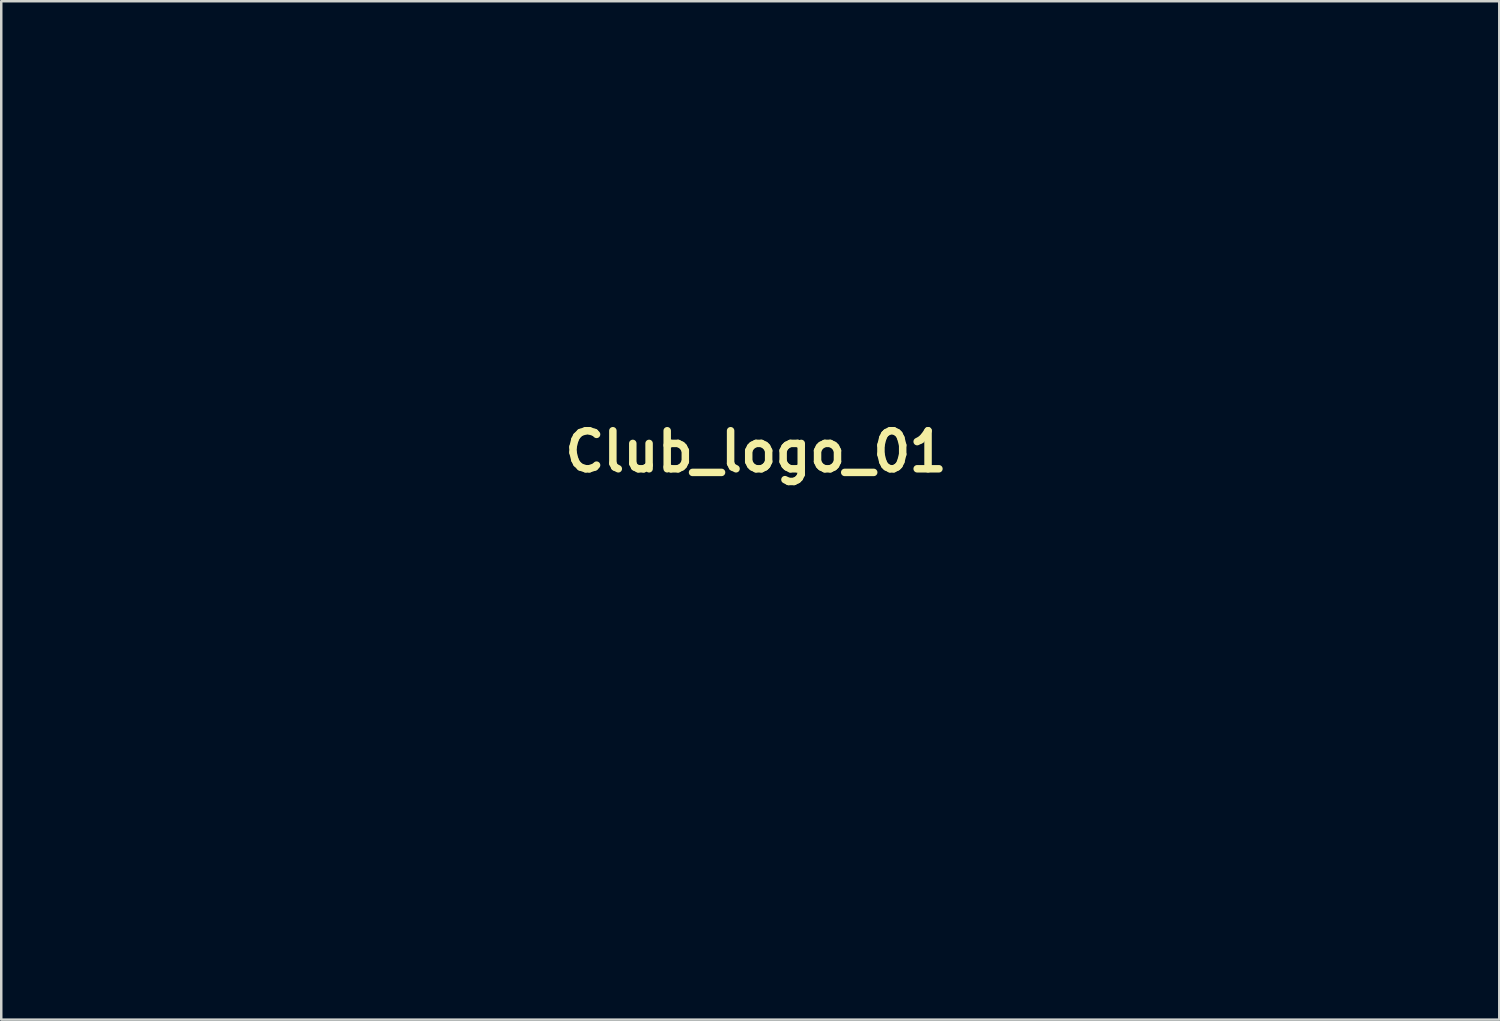
<source format=kicad_pcb>
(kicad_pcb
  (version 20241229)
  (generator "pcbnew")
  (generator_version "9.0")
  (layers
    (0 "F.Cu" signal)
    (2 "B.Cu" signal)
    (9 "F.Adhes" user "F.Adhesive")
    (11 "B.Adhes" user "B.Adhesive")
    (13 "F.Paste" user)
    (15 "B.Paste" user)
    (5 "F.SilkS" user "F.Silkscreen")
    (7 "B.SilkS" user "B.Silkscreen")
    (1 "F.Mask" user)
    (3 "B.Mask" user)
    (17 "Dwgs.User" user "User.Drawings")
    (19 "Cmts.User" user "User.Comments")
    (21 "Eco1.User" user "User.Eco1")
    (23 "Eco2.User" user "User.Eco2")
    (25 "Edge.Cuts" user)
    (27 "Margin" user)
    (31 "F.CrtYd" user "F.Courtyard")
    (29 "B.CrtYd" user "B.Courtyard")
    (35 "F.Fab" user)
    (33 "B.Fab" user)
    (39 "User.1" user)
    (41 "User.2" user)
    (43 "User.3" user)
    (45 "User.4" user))
  (footprint "Club_logo_01"
    (layer "F.Cu")
    (at 27.237 15.042)
    (property "Reference" "Club_logo_01" (at 0 0 0) (layer "F.SilkS") (effects (font (size 1.524 1.524) (thickness 0.3))))
    (attr through_hole)
    (fp_poly (pts (xy 14.454 -8.696) (xy 14.452 -7.763) (xy 10.177 -4.505) (xy 9.595 -4.062) (xy 9.035 -3.636) (xy 8.503 -3.231) (xy 8.005 -2.853) (xy 7.545 -2.504) (xy 7.128 -2.188) (xy 6.761 -1.911) (xy 6.449 -1.675) (xy 6.196 -1.485) (xy 6.009 -1.345) (xy 5.892 -1.258) (xy 5.852 -1.23) (xy 5.834 -1.273) (xy 5.819 -1.409) (xy 5.809 -1.631) (xy 5.804 -1.93) (xy 5.803 -2.125) (xy 5.803 -3.036) (xy 9.934 -6.188) (xy 10.509 -6.627) (xy 11.065 -7.051) (xy 11.595 -7.455) (xy 12.093 -7.835) (xy 12.554 -8.187) (xy 12.973 -8.506) (xy 13.343 -8.788) (xy 13.658 -9.028) (xy 13.914 -9.223) (xy 14.104 -9.367) (xy 14.223 -9.457) (xy 14.26 -9.485) (xy 14.456 -9.629) (xy 14.454 -8.696)) (stroke (width 0.01) (type solid)) (fill yes) (layer "F.Mask"))
    (fp_poly (pts (xy -1.68 7.533) (xy -5.472 7.533) (xy -6.083 7.534) (xy -6.664 7.535) (xy -7.206 7.538) (xy -7.702 7.541) (xy -8.144 7.545) (xy -8.524 7.549) (xy -8.834 7.554) (xy -9.065 7.559) (xy -9.212 7.565) (xy -9.264 7.571) (xy -9.264 7.572) (xy -9.237 7.621) (xy -9.159 7.746) (xy -9.038 7.935) (xy -8.879 8.179) (xy -8.69 8.468) (xy -8.476 8.792) (xy -8.281 9.086) (xy -7.298 10.562) (xy -2.291 10.589) (xy -2.291 13.691) (xy -5.246 13.718) (xy -3.787 15.932) (xy -3.484 16.391) (xy -3.182 16.85) (xy -2.887 17.298) (xy -2.607 17.723) (xy -2.351 18.111) (xy -2.127 18.452) (xy -1.943 18.733) (xy -1.806 18.941) (xy -1.802 18.948) (xy -1.276 19.75) (xy -12.98 19.75) (xy -12.98 16.696) (xy -9.926 16.696) (xy -8.475 16.696) (xy -8.103 16.695) (xy -7.766 16.691) (xy -7.478 16.685) (xy -7.25 16.678) (xy -7.097 16.669) (xy -7.029 16.66) (xy -7.027 16.658) (xy -7.055 16.608) (xy -7.133 16.483) (xy -7.253 16.293) (xy -7.411 16.049) (xy -7.599 15.76) (xy -7.81 15.436) (xy -7.986 15.169) (xy -8.943 13.718) (xy -9.434 13.703) (xy -9.926 13.689) (xy -9.926 16.696) (xy -12.98 16.696) (xy -12.98 10.588) (xy -12.007 10.588) (xy -11.658 10.586) (xy -11.4 10.582) (xy -11.222 10.573) (xy -11.114 10.56) (xy -11.064 10.541) (xy -11.06 10.523) (xy -11.093 10.466) (xy -11.175 10.335) (xy -11.3 10.14) (xy -11.462 9.891) (xy -11.652 9.598) (xy -11.866 9.272) (xy -12.032 9.019) (xy -12.98 7.579) (xy -12.98 4.479) (xy -1.68 4.479) (xy -1.68 7.533)) (stroke (width 0.01) (type solid)) (fill yes) (layer "F.Mask"))
    (fp_poly (pts (xy 11.809 7.533) (xy 7.992 7.533) (xy 7.378 7.534) (xy 6.795 7.535) (xy 6.251 7.536) (xy 5.752 7.538) (xy 5.308 7.541) (xy 4.926 7.544) (xy 4.614 7.547) (xy 4.379 7.551) (xy 4.23 7.555) (xy 4.174 7.559) (xy 4.174 7.559) (xy 4.201 7.606) (xy 4.279 7.728) (xy 4.4 7.914) (xy 4.559 8.157) (xy 4.749 8.445) (xy 4.964 8.769) (xy 5.175 9.086) (xy 6.176 10.588) (xy 11.198 10.588) (xy 11.198 13.691) (xy 9.704 13.705) (xy 8.21 13.718) (xy 10.141 16.645) (xy 10.466 17.138) (xy 10.775 17.607) (xy 11.064 18.046) (xy 11.328 18.447) (xy 11.561 18.803) (xy 11.761 19.107) (xy 11.921 19.352) (xy 12.037 19.531) (xy 12.105 19.636) (xy 12.12 19.661) (xy 12.124 19.674) (xy 12.116 19.687) (xy 12.09 19.697) (xy 12.042 19.707) (xy 11.965 19.715) (xy 11.855 19.722) (xy 11.706 19.728) (xy 11.513 19.734) (xy 11.27 19.738) (xy 10.972 19.741) (xy 10.613 19.744) (xy 10.188 19.746) (xy 9.691 19.748) (xy 9.118 19.749) (xy 8.463 19.749) (xy 7.72 19.75) (xy 6.884 19.75) (xy 6.314 19.75) (xy 0.458 19.75) (xy 0.458 16.696) (xy 3.563 16.696) (xy 6.465 16.696) (xy 6.172 16.245) (xy 6.058 16.07) (xy 5.901 15.829) (xy 5.713 15.541) (xy 5.506 15.225) (xy 5.294 14.9) (xy 5.192 14.744) (xy 4.505 13.694) (xy 4.034 13.693) (xy 3.563 13.693) (xy 3.563 16.696) (xy 0.458 16.696) (xy 0.458 10.59) (xy 1.449 10.576) (xy 2.44 10.562) (xy 1.451 9.061) (xy 0.462 7.559) (xy 0.46 6.019) (xy 0.458 4.479) (xy 11.809 4.479) (xy 11.809 7.533)) (stroke (width 0.01) (type solid)) (fill yes) (layer "F.Mask"))
    (fp_poly (pts (xy 12.532 -4.157) (xy 12.984 -4.092) (xy 13.384 -3.959) (xy 13.752 -3.752) (xy 14.103 -3.465) (xy 14.181 -3.389) (xy 14.449 -3.088) (xy 14.66 -2.767) (xy 14.83 -2.4) (xy 14.973 -1.959) (xy 14.975 -1.949) (xy 15.027 -1.691) (xy 15.064 -1.357) (xy 15.088 -0.973) (xy 15.097 -0.564) (xy 15.092 -0.154) (xy 15.073 0.23) (xy 15.038 0.564) (xy 14.999 0.778) (xy 14.84 1.282) (xy 14.612 1.747) (xy 14.326 2.157) (xy 13.992 2.495) (xy 13.774 2.656) (xy 13.365 2.865) (xy 12.898 3.008) (xy 12.395 3.081) (xy 11.878 3.08) (xy 11.51 3.031) (xy 11.015 2.888) (xy 10.572 2.659) (xy 10.184 2.348) (xy 9.855 1.96) (xy 9.59 1.498) (xy 9.392 0.968) (xy 9.332 0.738) (xy 9.29 0.481) (xy 9.26 0.15) (xy 9.242 -0.227) (xy 9.24 -0.394) (xy 11.028 -0.394) (xy 11.046 -0.007) (xy 11.086 0.34) (xy 11.14 0.587) (xy 11.281 0.936) (xy 11.474 1.208) (xy 11.715 1.396) (xy 11.843 1.453) (xy 12.042 1.51) (xy 12.213 1.518) (xy 12.413 1.479) (xy 12.436 1.472) (xy 12.678 1.358) (xy 12.897 1.165) (xy 13.069 0.92) (xy 13.128 0.79) (xy 13.22 0.467) (xy 13.286 0.078) (xy 13.321 -0.343) (xy 13.321 -0.763) (xy 13.316 -0.866) (xy 13.257 -1.375) (xy 13.156 -1.792) (xy 13.012 -2.12) (xy 12.824 -2.361) (xy 12.589 -2.517) (xy 12.308 -2.589) (xy 12.18 -2.595) (xy 11.864 -2.551) (xy 11.599 -2.42) (xy 11.383 -2.201) (xy 11.215 -1.892) (xy 11.176 -1.792) (xy 11.108 -1.522) (xy 11.06 -1.18) (xy 11.033 -0.795) (xy 11.028 -0.394) (xy 9.24 -0.394) (xy 9.237 -0.623) (xy 9.244 -1.011) (xy 9.265 -1.362) (xy 9.299 -1.649) (xy 9.309 -1.705) (xy 9.463 -2.278) (xy 9.687 -2.785) (xy 9.978 -3.222) (xy 10.332 -3.584) (xy 10.646 -3.809) (xy 10.95 -3.963) (xy 11.285 -4.069) (xy 11.674 -4.134) (xy 12.013 -4.16) (xy 12.532 -4.157)) (stroke (width 0.01) (type solid)) (fill yes) (layer "F.Mask"))
    (fp_poly (pts (xy 8.109 -13.895) (xy 8.637 -13.863) (xy 9.099 -13.762) (xy 9.508 -13.588) (xy 9.878 -13.335) (xy 10.15 -13.079) (xy 10.44 -12.723) (xy 10.667 -12.331) (xy 10.845 -11.875) (xy 10.902 -11.682) (xy 10.953 -11.425) (xy 10.991 -11.095) (xy 11.015 -10.714) (xy 11.026 -10.309) (xy 11.023 -9.904) (xy 11.006 -9.525) (xy 10.974 -9.195) (xy 10.928 -8.94) (xy 10.926 -8.933) (xy 10.74 -8.385) (xy 10.488 -7.902) (xy 10.178 -7.49) (xy 9.812 -7.154) (xy 9.398 -6.902) (xy 8.939 -6.737) (xy 8.908 -6.73) (xy 8.61 -6.68) (xy 8.263 -6.651) (xy 7.915 -6.646) (xy 7.616 -6.667) (xy 7.608 -6.668) (xy 7.083 -6.786) (xy 6.619 -6.985) (xy 6.217 -7.263) (xy 5.878 -7.621) (xy 5.602 -8.056) (xy 5.39 -8.566) (xy 5.244 -9.152) (xy 5.164 -9.811) (xy 5.156 -9.962) (xy 5.156 -10.062) (xy 6.959 -10.062) (xy 6.974 -9.728) (xy 7.004 -9.445) (xy 7.022 -9.34) (xy 7.126 -8.991) (xy 7.271 -8.694) (xy 7.45 -8.464) (xy 7.651 -8.313) (xy 7.779 -8.267) (xy 7.899 -8.238) (xy 7.966 -8.219) (xy 8.062 -8.213) (xy 8.213 -8.229) (xy 8.375 -8.26) (xy 8.505 -8.3) (xy 8.526 -8.309) (xy 8.729 -8.456) (xy 8.913 -8.669) (xy 9.048 -8.913) (xy 9.058 -8.938) (xy 9.148 -9.254) (xy 9.213 -9.636) (xy 9.248 -10.051) (xy 9.25 -10.465) (xy 9.244 -10.588) (xy 9.188 -11.082) (xy 9.093 -11.487) (xy 8.959 -11.808) (xy 8.781 -12.052) (xy 8.672 -12.149) (xy 8.449 -12.262) (xy 8.179 -12.314) (xy 7.901 -12.303) (xy 7.651 -12.226) (xy 7.612 -12.205) (xy 7.399 -12.026) (xy 7.219 -11.762) (xy 7.079 -11.424) (xy 7.044 -11.3) (xy 7.002 -11.066) (xy 6.974 -10.761) (xy 6.959 -10.417) (xy 6.959 -10.062) (xy 5.156 -10.062) (xy 5.157 -10.681) (xy 5.226 -11.333) (xy 5.362 -11.917) (xy 5.565 -12.43) (xy 5.833 -12.869) (xy 6.166 -13.233) (xy 6.562 -13.52) (xy 6.739 -13.613) (xy 7.061 -13.748) (xy 7.37 -13.835) (xy 7.703 -13.882) (xy 8.097 -13.895) (xy 8.109 -13.895)) (stroke (width 0.01) (type solid)) (fill yes) (layer "F.Mask"))
    (fp_poly (pts (xy -24.025 8.475) (xy -23.38 9.208) (xy -22.736 9.942) (xy -22.63 9.812) (xy -22.579 9.751) (xy -22.469 9.62) (xy -22.304 9.425) (xy -22.09 9.173) (xy -21.833 8.87) (xy -21.539 8.523) (xy -21.214 8.14) (xy -20.862 7.726) (xy -20.491 7.289) (xy -20.314 7.081) (xy -18.104 4.479) (xy -16.149 4.479) (xy -15.669 4.481) (xy -15.243 4.484) (xy -14.88 4.489) (xy -14.587 4.497) (xy -14.372 4.505) (xy -14.245 4.516) (xy -14.21 4.526) (xy -14.245 4.57) (xy -14.343 4.685) (xy -14.499 4.866) (xy -14.708 5.109) (xy -14.966 5.406) (xy -15.268 5.754) (xy -15.61 6.147) (xy -15.987 6.579) (xy -16.395 7.046) (xy -16.829 7.542) (xy -17.283 8.062) (xy -17.51 8.321) (xy -17.974 8.851) (xy -18.417 9.359) (xy -18.837 9.84) (xy -19.228 10.289) (xy -19.587 10.701) (xy -19.907 11.071) (xy -20.185 11.393) (xy -20.417 11.662) (xy -20.597 11.872) (xy -20.721 12.02) (xy -20.785 12.098) (xy -20.793 12.11) (xy -20.761 12.153) (xy -20.665 12.268) (xy -20.512 12.448) (xy -20.305 12.69) (xy -20.049 12.987) (xy -19.749 13.335) (xy -19.409 13.727) (xy -19.034 14.16) (xy -18.627 14.627) (xy -18.195 15.124) (xy -17.74 15.645) (xy -17.497 15.923) (xy -17.034 16.454) (xy -16.589 16.963) (xy -16.169 17.446) (xy -15.777 17.896) (xy -15.418 18.309) (xy -15.097 18.68) (xy -14.817 19.002) (xy -14.584 19.272) (xy -14.403 19.483) (xy -14.277 19.631) (xy -14.211 19.71) (xy -14.202 19.723) (xy -14.251 19.729) (xy -14.391 19.734) (xy -14.611 19.739) (xy -14.901 19.743) (xy -15.25 19.746) (xy -15.646 19.749) (xy -16.079 19.75) (xy -16.235 19.75) (xy -18.268 19.75) (xy -19.675 18.142) (xy -21.083 16.534) (xy -21.193 16.638) (xy -21.25 16.698) (xy -21.368 16.825) (xy -21.537 17.011) (xy -21.75 17.245) (xy -22 17.52) (xy -22.277 17.827) (xy -22.573 18.157) (xy -22.651 18.243) (xy -24 19.745) (xy -25.565 19.747) (xy -27.131 19.75) (xy -27.131 14.402) (xy -24.026 14.402) (xy -24.025 14.743) (xy -24.023 15.047) (xy -24.019 15.301) (xy -24.015 15.491) (xy -24.009 15.603) (xy -24.005 15.627) (xy -23.966 15.591) (xy -23.872 15.491) (xy -23.735 15.342) (xy -23.567 15.155) (xy -23.466 15.041) (xy -23.288 14.835) (xy -23.14 14.652) (xy -23.033 14.508) (xy -22.978 14.415) (xy -22.973 14.392) (xy -23.015 14.334) (xy -23.113 14.214) (xy -23.253 14.049) (xy -23.424 13.853) (xy -23.513 13.753) (xy -24.026 13.176) (xy -24.026 14.402) (xy -27.131 14.402) (xy -27.131 4.479) (xy -24.026 4.479) (xy -24.025 8.475)) (stroke (width 0.01) (type solid)) (fill yes) (layer "F.Mask"))
    (fp_poly (pts (xy 24.636 7.37) (xy 24.048 8.398) (xy 23.882 8.69) (xy 23.735 8.951) (xy 23.615 9.168) (xy 23.528 9.33) (xy 23.481 9.423) (xy 23.475 9.441) (xy 23.525 9.469) (xy 23.642 9.53) (xy 23.803 9.611) (xy 23.822 9.621) (xy 24.414 9.97) (xy 24.972 10.408) (xy 25.337 10.763) (xy 25.803 11.325) (xy 26.181 11.936) (xy 26.468 12.589) (xy 26.663 13.278) (xy 26.762 13.997) (xy 26.774 14.368) (xy 26.727 15.121) (xy 26.585 15.839) (xy 26.349 16.517) (xy 26.021 17.155) (xy 25.601 17.749) (xy 25.324 18.064) (xy 24.8 18.556) (xy 24.238 18.962) (xy 23.625 19.291) (xy 22.946 19.551) (xy 22.753 19.609) (xy 22.683 19.629) (xy 22.613 19.646) (xy 22.537 19.661) (xy 22.447 19.674) (xy 22.336 19.685) (xy 22.197 19.694) (xy 22.024 19.702) (xy 21.808 19.709) (xy 21.544 19.714) (xy 21.224 19.719) (xy 20.841 19.723) (xy 20.387 19.726) (xy 19.857 19.729) (xy 19.243 19.732) (xy 18.537 19.735) (xy 18.134 19.737) (xy 13.896 19.754) (xy 13.896 16.696) (xy 19.335 16.696) (xy 20.424 16.696) (xy 20.769 16.693) (xy 21.098 16.686) (xy 21.393 16.675) (xy 21.631 16.661) (xy 21.793 16.644) (xy 21.815 16.641) (xy 22.262 16.51) (xy 22.665 16.296) (xy 23.013 16.01) (xy 23.298 15.663) (xy 23.51 15.266) (xy 23.64 14.831) (xy 23.678 14.433) (xy 23.637 13.959) (xy 23.508 13.529) (xy 23.285 13.134) (xy 23.046 12.844) (xy 22.876 12.69) (xy 22.666 12.537) (xy 22.441 12.399) (xy 22.226 12.291) (xy 22.048 12.228) (xy 21.97 12.218) (xy 21.939 12.234) (xy 21.892 12.283) (xy 21.826 12.371) (xy 21.738 12.501) (xy 21.625 12.68) (xy 21.485 12.91) (xy 21.315 13.198) (xy 21.113 13.547) (xy 20.875 13.962) (xy 20.599 14.448) (xy 20.281 15.009) (xy 19.921 15.651) (xy 19.53 16.348) (xy 19.335 16.696) (xy 13.896 16.696) (xy 13.896 12.166) (xy 17.001 12.166) (xy 17.002 13.349) (xy 17.002 14.532) (xy 17.664 13.367) (xy 17.84 13.055) (xy 17.999 12.773) (xy 18.133 12.534) (xy 18.237 12.347) (xy 18.303 12.227) (xy 18.325 12.184) (xy 18.277 12.177) (xy 18.146 12.171) (xy 17.952 12.167) (xy 17.712 12.166) (xy 17.663 12.166) (xy 17.001 12.166) (xy 13.896 12.166) (xy 13.896 7.533) (xy 17.001 7.533) (xy 17.001 9.061) (xy 20.102 9.061) (xy 20.35 8.641) (xy 20.488 8.404) (xy 20.634 8.15) (xy 20.762 7.925) (xy 20.789 7.877) (xy 20.98 7.533) (xy 17.001 7.533) (xy 13.896 7.533) (xy 13.896 4.479) (xy 24.636 4.479) (xy 24.636 7.37)) (stroke (width 0.01) (type solid)) (fill yes) (layer "F.Mask"))
    (fp_poly (pts (xy -19.115 -14.609) (xy -18.33 -14.608) (xy -17.579 -14.608) (xy -16.87 -14.607) (xy -16.206 -14.606) (xy -15.595 -14.605) (xy -15.043 -14.603) (xy -14.555 -14.602) (xy -14.137 -14.6) (xy -13.796 -14.598) (xy -13.537 -14.596) (xy -13.366 -14.595) (xy -13.289 -14.592) (xy -13.285 -14.592) (xy -13.315 -14.55) (xy -13.402 -14.432) (xy -13.54 -14.244) (xy -13.727 -13.994) (xy -13.957 -13.685) (xy -14.226 -13.325) (xy -14.529 -12.919) (xy -14.862 -12.474) (xy -15.221 -11.994) (xy -15.601 -11.487) (xy -15.878 -11.118) (xy -18.471 -7.661) (xy -15.876 -7.648) (xy -13.281 -7.634) (xy -13.298 -4.39) (xy -13.301 -3.735) (xy -13.304 -3.173) (xy -13.308 -2.697) (xy -13.311 -2.298) (xy -13.316 -1.968) (xy -13.322 -1.698) (xy -13.328 -1.481) (xy -13.337 -1.308) (xy -13.347 -1.171) (xy -13.36 -1.062) (xy -13.375 -0.972) (xy -13.393 -0.894) (xy -13.414 -0.819) (xy -13.428 -0.773) (xy -13.674 -0.141) (xy -14.01 0.451) (xy -14.429 0.998) (xy -14.929 1.497) (xy -15.502 1.943) (xy -16.143 2.334) (xy -16.849 2.666) (xy -17.612 2.934) (xy -18.429 3.135) (xy -19.029 3.234) (xy -19.425 3.273) (xy -19.884 3.295) (xy -20.372 3.299) (xy -20.853 3.288) (xy -21.291 3.259) (xy -21.532 3.232) (xy -22.404 3.068) (xy -23.249 2.819) (xy -24.051 2.492) (xy -24.796 2.092) (xy -25.069 1.916) (xy -25.321 1.727) (xy -25.601 1.484) (xy -25.886 1.211) (xy -26.152 0.933) (xy -26.375 0.671) (xy -26.499 0.503) (xy -26.762 0.05) (xy -26.975 -0.429) (xy -27.129 -0.912) (xy -27.216 -1.372) (xy -27.232 -1.642) (xy -27.232 -1.934) (xy -25.476 -1.934) (xy -25.008 -1.934) (xy -24.631 -1.933) (xy -24.336 -1.931) (xy -24.112 -1.927) (xy -23.951 -1.921) (xy -23.841 -1.912) (xy -23.773 -1.899) (xy -23.737 -1.881) (xy -23.723 -1.859) (xy -23.72 -1.832) (xy -23.72 -1.83) (xy -23.682 -1.663) (xy -23.578 -1.466) (xy -23.427 -1.268) (xy -23.302 -1.145) (xy -23.157 -1.037) (xy -22.953 -0.909) (xy -22.725 -0.784) (xy -22.626 -0.734) (xy -21.976 -0.475) (xy -21.286 -0.305) (xy -20.572 -0.224) (xy -19.845 -0.234) (xy -19.121 -0.336) (xy -18.813 -0.408) (xy -18.326 -0.561) (xy -17.885 -0.746) (xy -17.505 -0.957) (xy -17.199 -1.185) (xy -16.981 -1.422) (xy -16.969 -1.439) (xy -16.823 -1.654) (xy -16.808 -2.99) (xy -16.793 -4.327) (xy -20.918 -4.327) (xy -21.556 -4.327) (xy -22.164 -4.328) (xy -22.735 -4.331) (xy -23.259 -4.333) (xy -23.731 -4.337) (xy -24.143 -4.341) (xy -24.486 -4.346) (xy -24.754 -4.351) (xy -24.939 -4.356) (xy -25.033 -4.362) (xy -25.043 -4.365) (xy -25.013 -4.41) (xy -24.924 -4.529) (xy -24.782 -4.717) (xy -24.592 -4.968) (xy -24.357 -5.274) (xy -24.083 -5.631) (xy -23.774 -6.033) (xy -23.435 -6.472) (xy -23.07 -6.944) (xy -22.684 -7.443) (xy -22.456 -7.737) (xy -19.869 -11.071) (xy -26.571 -11.097) (xy -26.571 -14.609) (xy -19.928 -14.609) (xy -19.115 -14.609)) (stroke (width 0.01) (type solid)) (fill yes) (layer "F.Mask"))
    (fp_poly (pts (xy -3.289 -15.028) (xy -2.782 -14.998) (xy -2.32 -14.942) (xy -1.874 -14.857) (xy -1.418 -14.738) (xy -0.993 -14.604) (xy -0.288 -14.339) (xy 0.335 -14.039) (xy 0.895 -13.692) (xy 1.409 -13.288) (xy 1.733 -12.983) (xy 2.063 -12.636) (xy 2.324 -12.316) (xy 2.535 -11.998) (xy 2.715 -11.655) (xy 2.784 -11.502) (xy 2.842 -11.368) (xy 2.893 -11.246) (xy 2.938 -11.129) (xy 2.976 -11.01) (xy 3.009 -10.882) (xy 3.037 -10.738) (xy 3.061 -10.571) (xy 3.08 -10.374) (xy 3.095 -10.14) (xy 3.107 -9.862) (xy 3.116 -9.533) (xy 3.122 -9.146) (xy 3.126 -8.695) (xy 3.129 -8.171) (xy 3.13 -7.569) (xy 3.13 -6.881) (xy 3.13 -6.1) (xy 3.13 -5.854) (xy 3.131 -5.052) (xy 3.13 -4.344) (xy 3.13 -3.725) (xy 3.128 -3.186) (xy 3.124 -2.721) (xy 3.119 -2.323) (xy 3.112 -1.984) (xy 3.102 -1.697) (xy 3.088 -1.457) (xy 3.071 -1.255) (xy 3.05 -1.084) (xy 3.025 -0.938) (xy 2.995 -0.81) (xy 2.959 -0.691) (xy 2.918 -0.577) (xy 2.871 -0.458) (xy 2.817 -0.329) (xy 2.796 -0.279) (xy 2.498 0.307) (xy 2.11 0.853) (xy 1.64 1.356) (xy 1.093 1.81) (xy 0.476 2.213) (xy -0.206 2.56) (xy -0.946 2.847) (xy -1.737 3.07) (xy -2.574 3.226) (xy -2.64 3.235) (xy -2.955 3.266) (xy -3.334 3.287) (xy -3.745 3.298) (xy -4.16 3.298) (xy -4.547 3.287) (xy -4.876 3.266) (xy -4.988 3.253) (xy -5.713 3.127) (xy -6.446 2.939) (xy -7.152 2.698) (xy -7.796 2.416) (xy -7.797 2.416) (xy -8.495 2.021) (xy -9.105 1.574) (xy -9.628 1.076) (xy -10.063 0.526) (xy -10.41 -0.075) (xy -10.411 -0.076) (xy -10.478 -0.213) (xy -10.537 -0.334) (xy -10.589 -0.446) (xy -10.634 -0.555) (xy -10.673 -0.669) (xy -10.706 -0.795) (xy -10.733 -0.938) (xy -10.756 -1.107) (xy -10.774 -1.308) (xy -10.788 -1.547) (xy -10.799 -1.833) (xy -10.807 -2.17) (xy -10.812 -2.567) (xy -10.815 -3.03) (xy -10.816 -3.567) (xy -10.817 -4.123) (xy -7.33 -4.123) (xy -7.33 -2.962) (xy -7.33 -2.589) (xy -7.328 -2.302) (xy -7.323 -2.087) (xy -7.314 -1.928) (xy -7.299 -1.81) (xy -7.277 -1.718) (xy -7.246 -1.638) (xy -7.206 -1.553) (xy -7.2 -1.541) (xy -7.01 -1.267) (xy -6.733 -1.017) (xy -6.381 -0.794) (xy -5.965 -0.602) (xy -5.499 -0.445) (xy -4.995 -0.326) (xy -4.465 -0.25) (xy -3.921 -0.22) (xy -3.376 -0.24) (xy -3.039 -0.279) (xy -2.531 -0.379) (xy -2.05 -0.517) (xy -1.608 -0.687) (xy -1.218 -0.883) (xy -0.894 -1.099) (xy -0.647 -1.328) (xy -0.507 -1.53) (xy -0.475 -1.601) (xy -0.451 -1.68) (xy -0.433 -1.782) (xy -0.421 -1.921) (xy -0.413 -2.112) (xy -0.409 -2.368) (xy -0.407 -2.703) (xy -0.407 -2.925) (xy -0.407 -4.123) (xy -7.33 -4.123) (xy -10.817 -4.123) (xy -10.817 -4.183) (xy -10.817 -4.886) (xy -10.817 -5.682) (xy -10.817 -5.854) (xy -10.817 -6.673) (xy -10.817 -7.397) (xy -10.817 -7.635) (xy -7.33 -7.635) (xy -0.407 -7.635) (xy -0.407 -10.059) (xy -0.557 -10.296) (xy -0.779 -10.56) (xy -1.088 -10.803) (xy -1.471 -11.019) (xy -1.915 -11.203) (xy -2.406 -11.35) (xy -2.932 -11.455) (xy -3.479 -11.513) (xy -3.792 -11.523) (xy -4.41 -11.495) (xy -5.009 -11.408) (xy -5.575 -11.266) (xy -6.091 -11.075) (xy -6.542 -10.839) (xy -6.892 -10.582) (xy -7.021 -10.464) (xy -7.122 -10.353) (xy -7.198 -10.237) (xy -7.253 -10.1) (xy -7.289 -9.928) (xy -7.312 -9.707) (xy -7.324 -9.422) (xy -7.328 -9.058) (xy -7.329 -8.793) (xy -7.33 -7.635) (xy -10.817 -7.635) (xy -10.816 -8.034) (xy -10.815 -8.589) (xy -10.812 -9.069) (xy -10.807 -9.482) (xy -10.8 -9.834) (xy -10.789 -10.133) (xy -10.776 -10.384) (xy -10.758 -10.595) (xy -10.736 -10.773) (xy -10.709 -10.924) (xy -10.677 -11.056) (xy -10.639 -11.175) (xy -10.595 -11.288) (xy -10.544 -11.402) (xy -10.485 -11.523) (xy -10.419 -11.659) (xy -10.409 -11.682) (xy -10.067 -12.279) (xy -9.637 -12.827) (xy -9.123 -13.323) (xy -8.525 -13.765) (xy -7.845 -14.152) (xy -7.087 -14.482) (xy -6.744 -14.604) (xy -6.256 -14.756) (xy -5.803 -14.87) (xy -5.357 -14.951) (xy -4.89 -15.003) (xy -4.375 -15.031) (xy -3.869 -15.037) (xy -3.289 -15.028)) (stroke (width 0.01) (type solid)) (fill yes) (layer "F.Mask")))
  (gr_rect
    (start -3 -3)
    (end 57.017 37.801)
    (stroke (width 0.1) (type default))
    (fill no)
    (layer "Edge.Cuts")))
</source>
